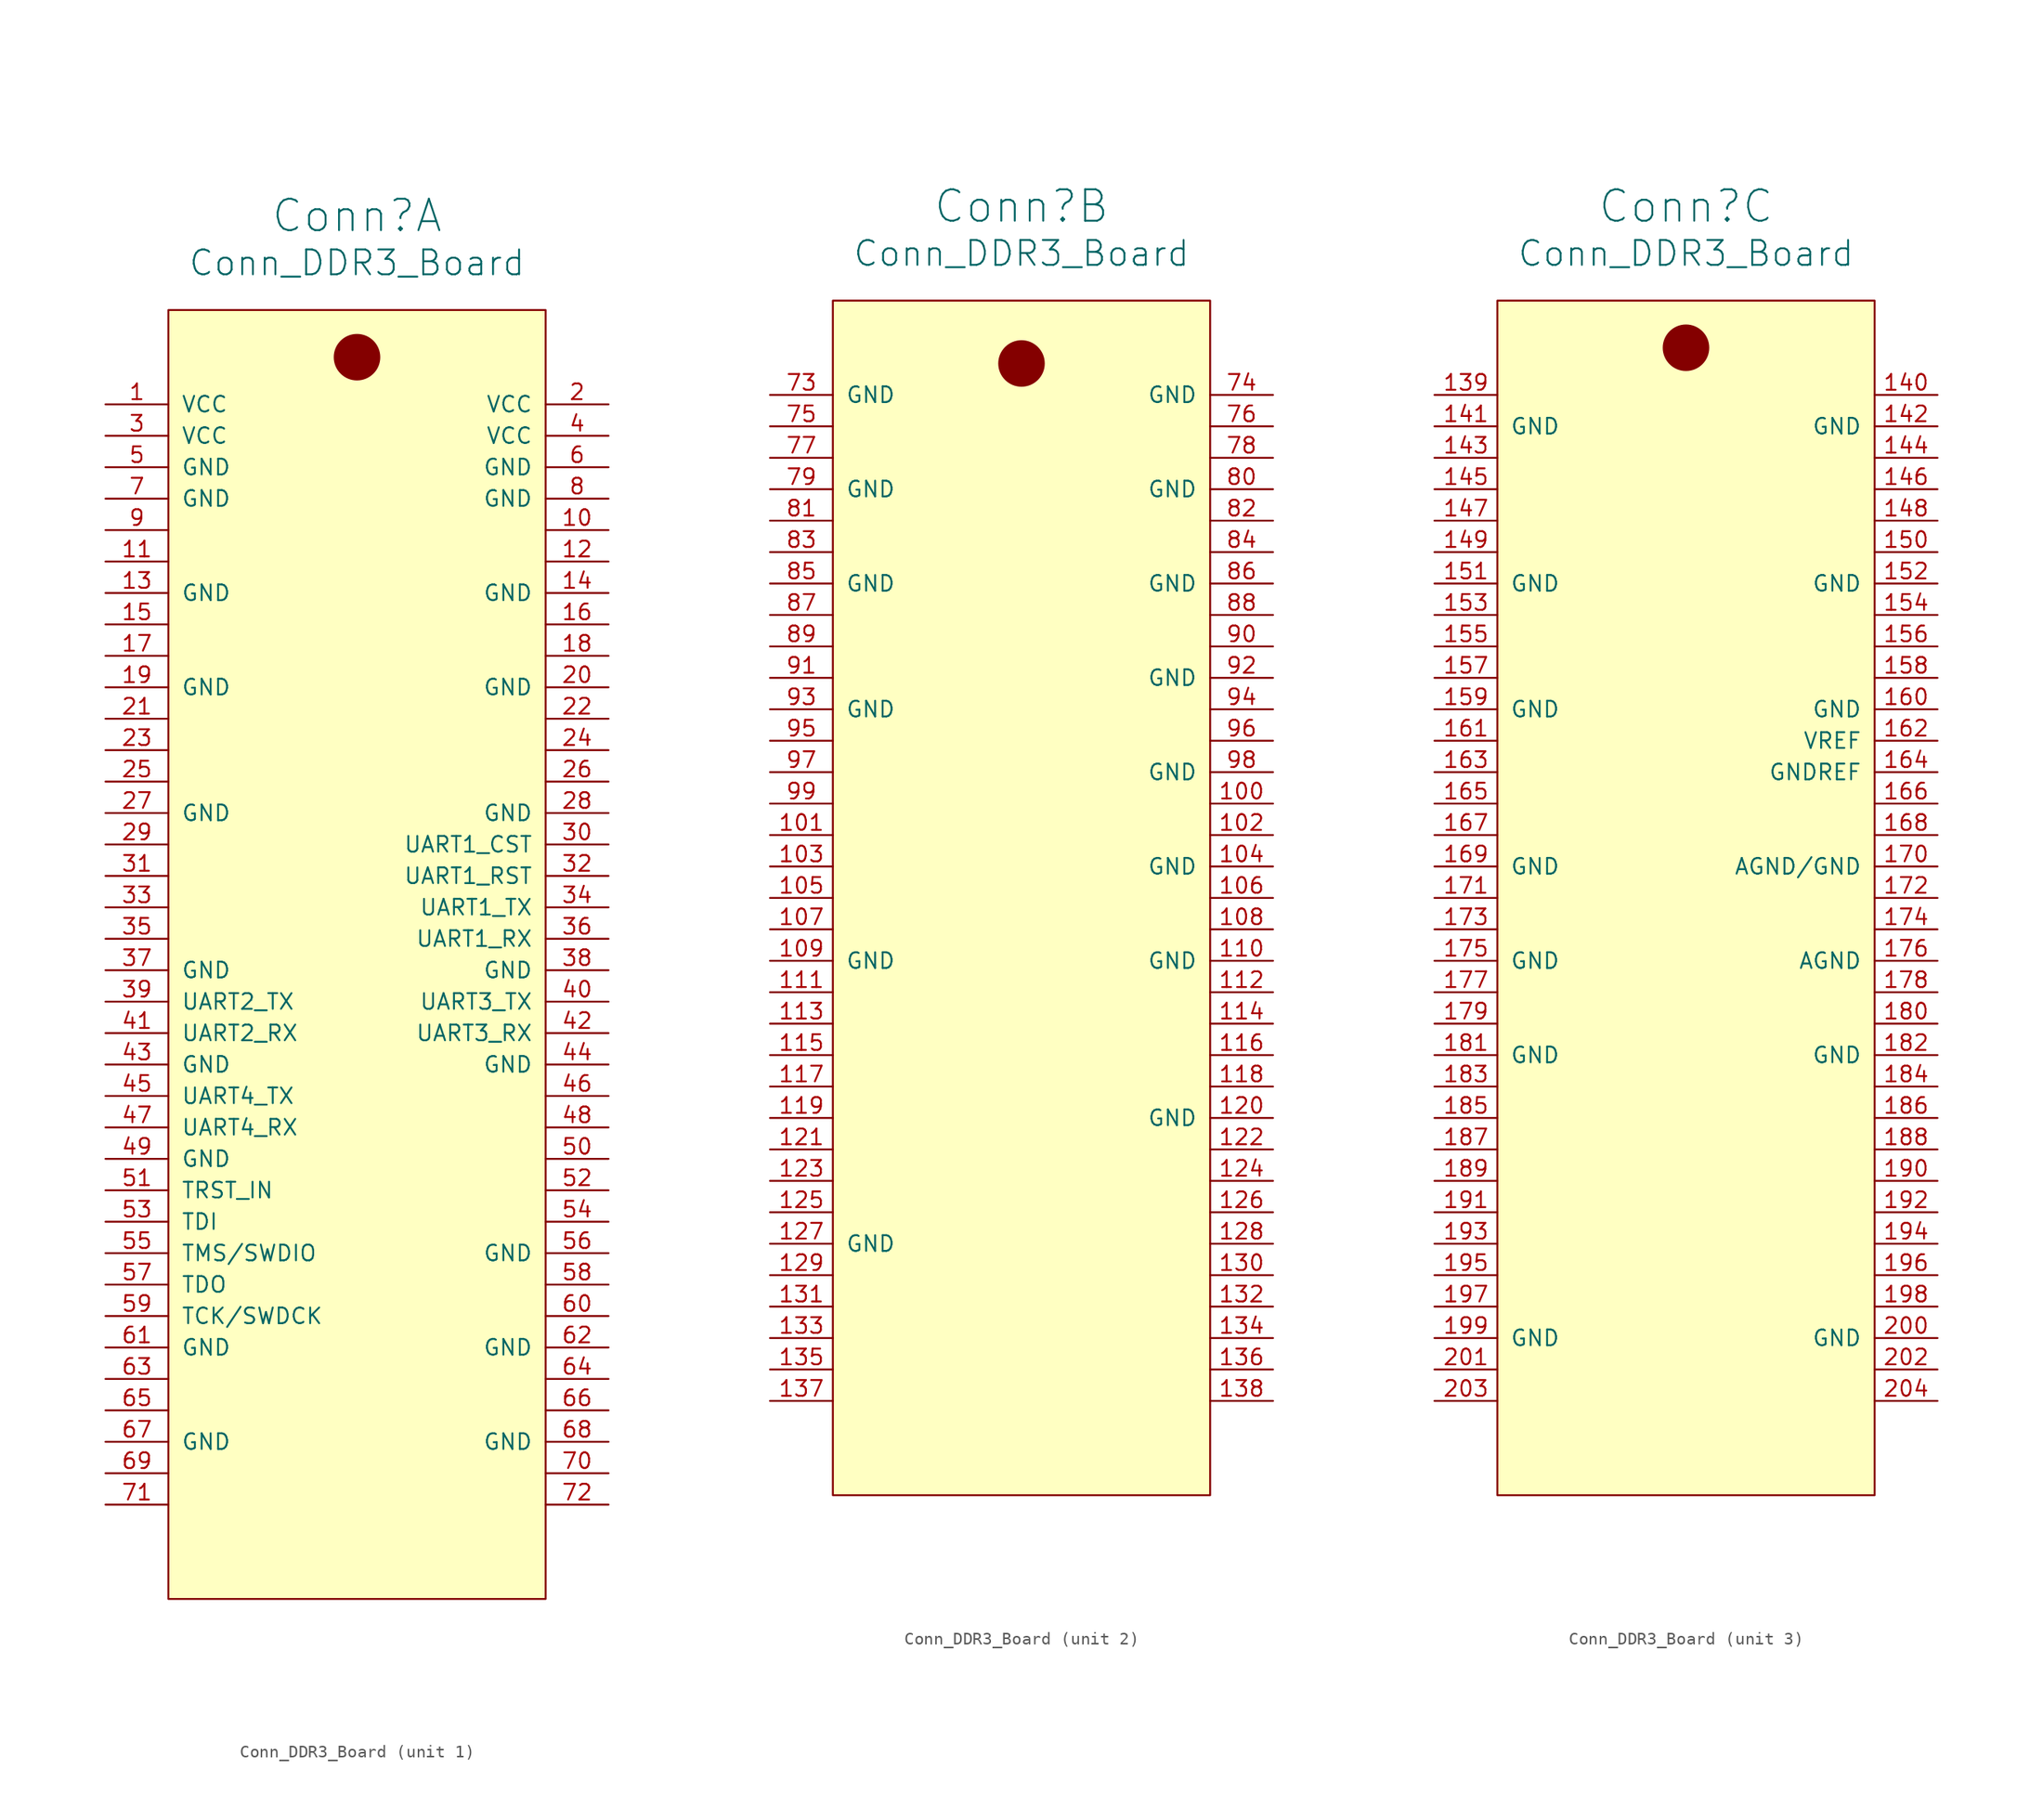
<source format=kicad_sym>
(kicad_symbol_lib
  (version 20211014)
  (generator kicad_symbol_editor)
  (symbol "Conn_DDR3_Board"
    (pin_names
      (offset 1.016))
    (property "Reference" "Conn"
      (at 0 0 0)
      (effects (font (size 2.54 2.54))))
    (property "Value" "Conn_DDR3_Board"
      (at 0 -3.81 0)
      (effects (font (size 2.007 2.007))))
    (property "ki_locked" ""
      (at 0 0 0)
      (effects (font (size 1.27 1.27))))
    (symbol "Conn_DDR3_Board_1_1"
      (rectangle (start -15.24 -7.62) (end 15.24 -111.76) (stroke (width 0) (type default) (color 0 0 0 0)) (fill (type background)))
      (circle (center 0 -11.43) (radius 1.803) (stroke (width 0) (type default) (color 0 0 0 0)) (fill (type outline)))
      (pin input line (at -20.32 -15.24 0) (length 5.08) (name "VCC" (effects (font (size 1.27 1.27)))) (number "1" (effects (font (size 1.27 1.27)))))
      (pin input line (at 20.32 -25.4 180) (length 5.08) (name "~" (effects (font (size 1.27 1.27)))) (number "10" (effects (font (size 1.27 1.27)))))
      (pin input line (at -20.32 -27.94 0) (length 5.08) (name "~" (effects (font (size 1.27 1.27)))) (number "11" (effects (font (size 1.27 1.27)))))
      (pin input line (at 20.32 -27.94 180) (length 5.08) (name "~" (effects (font (size 1.27 1.27)))) (number "12" (effects (font (size 1.27 1.27)))))
      (pin input line (at -20.32 -30.48 0) (length 5.08) (name "GND" (effects (font (size 1.27 1.27)))) (number "13" (effects (font (size 1.27 1.27)))))
      (pin input line (at 20.32 -30.48 180) (length 5.08) (name "GND" (effects (font (size 1.27 1.27)))) (number "14" (effects (font (size 1.27 1.27)))))
      (pin input line (at -20.32 -33.02 0) (length 5.08) (name "~" (effects (font (size 1.27 1.27)))) (number "15" (effects (font (size 1.27 1.27)))))
      (pin input line (at 20.32 -33.02 180) (length 5.08) (name "~" (effects (font (size 1.27 1.27)))) (number "16" (effects (font (size 1.27 1.27)))))
      (pin input line (at -20.32 -35.56 0) (length 5.08) (name "~" (effects (font (size 1.27 1.27)))) (number "17" (effects (font (size 1.27 1.27)))))
      (pin input line (at 20.32 -35.56 180) (length 5.08) (name "~" (effects (font (size 1.27 1.27)))) (number "18" (effects (font (size 1.27 1.27)))))
      (pin input line (at -20.32 -38.1 0) (length 5.08) (name "GND" (effects (font (size 1.27 1.27)))) (number "19" (effects (font (size 1.27 1.27)))))
      (pin input line (at 20.32 -15.24 180) (length 5.08) (name "VCC" (effects (font (size 1.27 1.27)))) (number "2" (effects (font (size 1.27 1.27)))))
      (pin input line (at 20.32 -38.1 180) (length 5.08) (name "GND" (effects (font (size 1.27 1.27)))) (number "20" (effects (font (size 1.27 1.27)))))
      (pin input line (at -20.32 -40.64 0) (length 5.08) (name "~" (effects (font (size 1.27 1.27)))) (number "21" (effects (font (size 1.27 1.27)))))
      (pin input line (at 20.32 -40.64 180) (length 5.08) (name "~" (effects (font (size 1.27 1.27)))) (number "22" (effects (font (size 1.27 1.27)))))
      (pin input line (at -20.32 -43.18 0) (length 5.08) (name "~" (effects (font (size 1.27 1.27)))) (number "23" (effects (font (size 1.27 1.27)))))
      (pin input line (at 20.32 -43.18 180) (length 5.08) (name "~" (effects (font (size 1.27 1.27)))) (number "24" (effects (font (size 1.27 1.27)))))
      (pin input line (at -20.32 -45.72 0) (length 5.08) (name "~" (effects (font (size 1.27 1.27)))) (number "25" (effects (font (size 1.27 1.27)))))
      (pin input line (at 20.32 -45.72 180) (length 5.08) (name "~" (effects (font (size 1.27 1.27)))) (number "26" (effects (font (size 1.27 1.27)))))
      (pin input line (at -20.32 -48.26 0) (length 5.08) (name "GND" (effects (font (size 1.27 1.27)))) (number "27" (effects (font (size 1.27 1.27)))))
      (pin input line (at 20.32 -48.26 180) (length 5.08) (name "GND" (effects (font (size 1.27 1.27)))) (number "28" (effects (font (size 1.27 1.27)))))
      (pin input line (at -20.32 -50.8 0) (length 5.08) (name "~" (effects (font (size 1.27 1.27)))) (number "29" (effects (font (size 1.27 1.27)))))
      (pin input line (at -20.32 -17.78 0) (length 5.08) (name "VCC" (effects (font (size 1.27 1.27)))) (number "3" (effects (font (size 1.27 1.27)))))
      (pin input line (at 20.32 -50.8 180) (length 5.08) (name "UART1_CST" (effects (font (size 1.27 1.27)))) (number "30" (effects (font (size 1.27 1.27)))))
      (pin input line (at -20.32 -53.34 0) (length 5.08) (name "~" (effects (font (size 1.27 1.27)))) (number "31" (effects (font (size 1.27 1.27)))))
      (pin input line (at 20.32 -53.34 180) (length 5.08) (name "UART1_RST" (effects (font (size 1.27 1.27)))) (number "32" (effects (font (size 1.27 1.27)))))
      (pin input line (at -20.32 -55.88 0) (length 5.08) (name "~" (effects (font (size 1.27 1.27)))) (number "33" (effects (font (size 1.27 1.27)))))
      (pin input line (at 20.32 -55.88 180) (length 5.08) (name "UART1_TX" (effects (font (size 1.27 1.27)))) (number "34" (effects (font (size 1.27 1.27)))))
      (pin input line (at -20.32 -58.42 0) (length 5.08) (name "~" (effects (font (size 1.27 1.27)))) (number "35" (effects (font (size 1.27 1.27)))))
      (pin input line (at 20.32 -58.42 180) (length 5.08) (name "UART1_RX" (effects (font (size 1.27 1.27)))) (number "36" (effects (font (size 1.27 1.27)))))
      (pin input line (at -20.32 -60.96 0) (length 5.08) (name "GND" (effects (font (size 1.27 1.27)))) (number "37" (effects (font (size 1.27 1.27)))))
      (pin input line (at 20.32 -60.96 180) (length 5.08) (name "GND" (effects (font (size 1.27 1.27)))) (number "38" (effects (font (size 1.27 1.27)))))
      (pin output line (at -20.32 -63.5 0) (length 5.08) (name "UART2_TX" (effects (font (size 1.27 1.27)))) (number "39" (effects (font (size 1.27 1.27)))))
      (pin input line (at 20.32 -17.78 180) (length 5.08) (name "VCC" (effects (font (size 1.27 1.27)))) (number "4" (effects (font (size 1.27 1.27)))))
      (pin input line (at 20.32 -63.5 180) (length 5.08) (name "UART3_TX" (effects (font (size 1.27 1.27)))) (number "40" (effects (font (size 1.27 1.27)))))
      (pin input line (at -20.32 -66.04 0) (length 5.08) (name "UART2_RX" (effects (font (size 1.27 1.27)))) (number "41" (effects (font (size 1.27 1.27)))))
      (pin input line (at 20.32 -66.04 180) (length 5.08) (name "UART3_RX" (effects (font (size 1.27 1.27)))) (number "42" (effects (font (size 1.27 1.27)))))
      (pin input line (at -20.32 -68.58 0) (length 5.08) (name "GND" (effects (font (size 1.27 1.27)))) (number "43" (effects (font (size 1.27 1.27)))))
      (pin input line (at 20.32 -68.58 180) (length 5.08) (name "GND" (effects (font (size 1.27 1.27)))) (number "44" (effects (font (size 1.27 1.27)))))
      (pin input line (at -20.32 -71.12 0) (length 5.08) (name "UART4_TX" (effects (font (size 1.27 1.27)))) (number "45" (effects (font (size 1.27 1.27)))))
      (pin input line (at 20.32 -71.12 180) (length 5.08) (name "~" (effects (font (size 1.27 1.27)))) (number "46" (effects (font (size 1.27 1.27)))))
      (pin input line (at -20.32 -73.66 0) (length 5.08) (name "UART4_RX" (effects (font (size 1.27 1.27)))) (number "47" (effects (font (size 1.27 1.27)))))
      (pin input line (at 20.32 -73.66 180) (length 5.08) (name "~" (effects (font (size 1.27 1.27)))) (number "48" (effects (font (size 1.27 1.27)))))
      (pin input line (at -20.32 -76.2 0) (length 5.08) (name "GND" (effects (font (size 1.27 1.27)))) (number "49" (effects (font (size 1.27 1.27)))))
      (pin input line (at -20.32 -20.32 0) (length 5.08) (name "GND" (effects (font (size 1.27 1.27)))) (number "5" (effects (font (size 1.27 1.27)))))
      (pin input line (at 20.32 -76.2 180) (length 5.08) (name "~" (effects (font (size 1.27 1.27)))) (number "50" (effects (font (size 1.27 1.27)))))
      (pin input line (at -20.32 -78.74 0) (length 5.08) (name "TRST_IN" (effects (font (size 1.27 1.27)))) (number "51" (effects (font (size 1.27 1.27)))))
      (pin input line (at 20.32 -78.74 180) (length 5.08) (name "~" (effects (font (size 1.27 1.27)))) (number "52" (effects (font (size 1.27 1.27)))))
      (pin input line (at -20.32 -81.28 0) (length 5.08) (name "TDI" (effects (font (size 1.27 1.27)))) (number "53" (effects (font (size 1.27 1.27)))))
      (pin input line (at 20.32 -81.28 180) (length 5.08) (name "~" (effects (font (size 1.27 1.27)))) (number "54" (effects (font (size 1.27 1.27)))))
      (pin input line (at -20.32 -83.82 0) (length 5.08) (name "TMS/SWDIO" (effects (font (size 1.27 1.27)))) (number "55" (effects (font (size 1.27 1.27)))))
      (pin input line (at 20.32 -83.82 180) (length 5.08) (name "GND" (effects (font (size 1.27 1.27)))) (number "56" (effects (font (size 1.27 1.27)))))
      (pin input line (at -20.32 -86.36 0) (length 5.08) (name "TDO" (effects (font (size 1.27 1.27)))) (number "57" (effects (font (size 1.27 1.27)))))
      (pin input line (at 20.32 -86.36 180) (length 5.08) (name "~" (effects (font (size 1.27 1.27)))) (number "58" (effects (font (size 1.27 1.27)))))
      (pin input line (at -20.32 -88.9 0) (length 5.08) (name "TCK/SWDCK" (effects (font (size 1.27 1.27)))) (number "59" (effects (font (size 1.27 1.27)))))
      (pin input line (at 20.32 -20.32 180) (length 5.08) (name "GND" (effects (font (size 1.27 1.27)))) (number "6" (effects (font (size 1.27 1.27)))))
      (pin input line (at 20.32 -88.9 180) (length 5.08) (name "~" (effects (font (size 1.27 1.27)))) (number "60" (effects (font (size 1.27 1.27)))))
      (pin input line (at -20.32 -91.44 0) (length 5.08) (name "GND" (effects (font (size 1.27 1.27)))) (number "61" (effects (font (size 1.27 1.27)))))
      (pin input line (at 20.32 -91.44 180) (length 5.08) (name "GND" (effects (font (size 1.27 1.27)))) (number "62" (effects (font (size 1.27 1.27)))))
      (pin input line (at -20.32 -93.98 0) (length 5.08) (name "~" (effects (font (size 1.27 1.27)))) (number "63" (effects (font (size 1.27 1.27)))))
      (pin input line (at 20.32 -93.98 180) (length 5.08) (name "~" (effects (font (size 1.27 1.27)))) (number "64" (effects (font (size 1.27 1.27)))))
      (pin input line (at -20.32 -96.52 0) (length 5.08) (name "~" (effects (font (size 1.27 1.27)))) (number "65" (effects (font (size 1.27 1.27)))))
      (pin input line (at 20.32 -96.52 180) (length 5.08) (name "~" (effects (font (size 1.27 1.27)))) (number "66" (effects (font (size 1.27 1.27)))))
      (pin input line (at -20.32 -99.06 0) (length 5.08) (name "GND" (effects (font (size 1.27 1.27)))) (number "67" (effects (font (size 1.27 1.27)))))
      (pin input line (at 20.32 -99.06 180) (length 5.08) (name "GND" (effects (font (size 1.27 1.27)))) (number "68" (effects (font (size 1.27 1.27)))))
      (pin input line (at -20.32 -101.6 0) (length 5.08) (name "~" (effects (font (size 1.27 1.27)))) (number "69" (effects (font (size 1.27 1.27)))))
      (pin input line (at -20.32 -22.86 0) (length 5.08) (name "GND" (effects (font (size 1.27 1.27)))) (number "7" (effects (font (size 1.27 1.27)))))
      (pin input line (at 20.32 -101.6 180) (length 5.08) (name "~" (effects (font (size 1.27 1.27)))) (number "70" (effects (font (size 1.27 1.27)))))
      (pin input line (at -20.32 -104.14 0) (length 5.08) (name "~" (effects (font (size 1.27 1.27)))) (number "71" (effects (font (size 1.27 1.27)))))
      (pin input line (at 20.32 -104.14 180) (length 5.08) (name "~" (effects (font (size 1.27 1.27)))) (number "72" (effects (font (size 1.27 1.27)))))
      (pin input line (at 20.32 -22.86 180) (length 5.08) (name "GND" (effects (font (size 1.27 1.27)))) (number "8" (effects (font (size 1.27 1.27)))))
      (pin input line (at -20.32 -25.4 0) (length 5.08) (name "~" (effects (font (size 1.27 1.27)))) (number "9" (effects (font (size 1.27 1.27))))))
    (symbol "Conn_DDR3_Board_2_1"
      (rectangle (start -15.24 -7.62) (end 15.24 -104.14) (stroke (width 0) (type default) (color 0 0 0 0)) (fill (type background)))
      (circle (center 0 -12.7) (radius 1.803) (stroke (width 0) (type default) (color 0 0 0 0)) (fill (type outline)))
      (pin input line (at 20.32 -48.26 180) (length 5.08) (name "~" (effects (font (size 1.27 1.27)))) (number "100" (effects (font (size 1.27 1.27)))))
      (pin input line (at -20.32 -50.8 0) (length 5.08) (name "~" (effects (font (size 1.27 1.27)))) (number "101" (effects (font (size 1.27 1.27)))))
      (pin input line (at 20.32 -50.8 180) (length 5.08) (name "~" (effects (font (size 1.27 1.27)))) (number "102" (effects (font (size 1.27 1.27)))))
      (pin input line (at -20.32 -53.34 0) (length 5.08) (name "~" (effects (font (size 1.27 1.27)))) (number "103" (effects (font (size 1.27 1.27)))))
      (pin input line (at 20.32 -53.34 180) (length 5.08) (name "GND" (effects (font (size 1.27 1.27)))) (number "104" (effects (font (size 1.27 1.27)))))
      (pin input line (at -20.32 -55.88 0) (length 5.08) (name "~" (effects (font (size 1.27 1.27)))) (number "105" (effects (font (size 1.27 1.27)))))
      (pin input line (at 20.32 -55.88 180) (length 5.08) (name "~" (effects (font (size 1.27 1.27)))) (number "106" (effects (font (size 1.27 1.27)))))
      (pin input line (at -20.32 -58.42 0) (length 5.08) (name "~" (effects (font (size 1.27 1.27)))) (number "107" (effects (font (size 1.27 1.27)))))
      (pin input line (at 20.32 -58.42 180) (length 5.08) (name "~" (effects (font (size 1.27 1.27)))) (number "108" (effects (font (size 1.27 1.27)))))
      (pin input line (at -20.32 -60.96 0) (length 5.08) (name "GND" (effects (font (size 1.27 1.27)))) (number "109" (effects (font (size 1.27 1.27)))))
      (pin input line (at 20.32 -60.96 180) (length 5.08) (name "GND" (effects (font (size 1.27 1.27)))) (number "110" (effects (font (size 1.27 1.27)))))
      (pin input line (at -20.32 -63.5 0) (length 5.08) (name "~" (effects (font (size 1.27 1.27)))) (number "111" (effects (font (size 1.27 1.27)))))
      (pin input line (at 20.32 -63.5 180) (length 5.08) (name "~" (effects (font (size 1.27 1.27)))) (number "112" (effects (font (size 1.27 1.27)))))
      (pin input line (at -20.32 -66.04 0) (length 5.08) (name "~" (effects (font (size 1.27 1.27)))) (number "113" (effects (font (size 1.27 1.27)))))
      (pin input line (at 20.32 -66.04 180) (length 5.08) (name "~" (effects (font (size 1.27 1.27)))) (number "114" (effects (font (size 1.27 1.27)))))
      (pin input line (at -20.32 -68.58 0) (length 5.08) (name "~" (effects (font (size 1.27 1.27)))) (number "115" (effects (font (size 1.27 1.27)))))
      (pin input line (at 20.32 -68.58 180) (length 5.08) (name "~" (effects (font (size 1.27 1.27)))) (number "116" (effects (font (size 1.27 1.27)))))
      (pin input line (at -20.32 -71.12 0) (length 5.08) (name "~" (effects (font (size 1.27 1.27)))) (number "117" (effects (font (size 1.27 1.27)))))
      (pin input line (at 20.32 -71.12 180) (length 5.08) (name "~" (effects (font (size 1.27 1.27)))) (number "118" (effects (font (size 1.27 1.27)))))
      (pin input line (at -20.32 -73.66 0) (length 5.08) (name "~" (effects (font (size 1.27 1.27)))) (number "119" (effects (font (size 1.27 1.27)))))
      (pin input line (at 20.32 -73.66 180) (length 5.08) (name "GND" (effects (font (size 1.27 1.27)))) (number "120" (effects (font (size 1.27 1.27)))))
      (pin input line (at -20.32 -76.2 0) (length 5.08) (name "~" (effects (font (size 1.27 1.27)))) (number "121" (effects (font (size 1.27 1.27)))))
      (pin input line (at 20.32 -76.2 180) (length 5.08) (name "~" (effects (font (size 1.27 1.27)))) (number "122" (effects (font (size 1.27 1.27)))))
      (pin input line (at -20.32 -78.74 0) (length 5.08) (name "~" (effects (font (size 1.27 1.27)))) (number "123" (effects (font (size 1.27 1.27)))))
      (pin input line (at 20.32 -78.74 180) (length 5.08) (name "~" (effects (font (size 1.27 1.27)))) (number "124" (effects (font (size 1.27 1.27)))))
      (pin input line (at -20.32 -81.28 0) (length 5.08) (name "~" (effects (font (size 1.27 1.27)))) (number "125" (effects (font (size 1.27 1.27)))))
      (pin input line (at 20.32 -81.28 180) (length 5.08) (name "~" (effects (font (size 1.27 1.27)))) (number "126" (effects (font (size 1.27 1.27)))))
      (pin input line (at -20.32 -83.82 0) (length 5.08) (name "GND" (effects (font (size 1.27 1.27)))) (number "127" (effects (font (size 1.27 1.27)))))
      (pin input line (at 20.32 -83.82 180) (length 5.08) (name "~" (effects (font (size 1.27 1.27)))) (number "128" (effects (font (size 1.27 1.27)))))
      (pin input line (at -20.32 -86.36 0) (length 5.08) (name "~" (effects (font (size 1.27 1.27)))) (number "129" (effects (font (size 1.27 1.27)))))
      (pin input line (at 20.32 -86.36 180) (length 5.08) (name "~" (effects (font (size 1.27 1.27)))) (number "130" (effects (font (size 1.27 1.27)))))
      (pin input line (at -20.32 -88.9 0) (length 5.08) (name "~" (effects (font (size 1.27 1.27)))) (number "131" (effects (font (size 1.27 1.27)))))
      (pin input line (at 20.32 -88.9 180) (length 5.08) (name "~" (effects (font (size 1.27 1.27)))) (number "132" (effects (font (size 1.27 1.27)))))
      (pin input line (at -20.32 -91.44 0) (length 5.08) (name "~" (effects (font (size 1.27 1.27)))) (number "133" (effects (font (size 1.27 1.27)))))
      (pin input line (at 20.32 -91.44 180) (length 5.08) (name "~" (effects (font (size 1.27 1.27)))) (number "134" (effects (font (size 1.27 1.27)))))
      (pin input line (at -20.32 -93.98 0) (length 5.08) (name "~" (effects (font (size 1.27 1.27)))) (number "135" (effects (font (size 1.27 1.27)))))
      (pin input line (at 20.32 -93.98 180) (length 5.08) (name "~" (effects (font (size 1.27 1.27)))) (number "136" (effects (font (size 1.27 1.27)))))
      (pin input line (at -20.32 -96.52 0) (length 5.08) (name "~" (effects (font (size 1.27 1.27)))) (number "137" (effects (font (size 1.27 1.27)))))
      (pin input line (at 20.32 -96.52 180) (length 5.08) (name "~" (effects (font (size 1.27 1.27)))) (number "138" (effects (font (size 1.27 1.27)))))
      (pin input line (at -20.32 -15.24 0) (length 5.08) (name "GND" (effects (font (size 1.27 1.27)))) (number "73" (effects (font (size 1.27 1.27)))))
      (pin input line (at 20.32 -15.24 180) (length 5.08) (name "GND" (effects (font (size 1.27 1.27)))) (number "74" (effects (font (size 1.27 1.27)))))
      (pin input line (at -20.32 -17.78 0) (length 5.08) (name "~" (effects (font (size 1.27 1.27)))) (number "75" (effects (font (size 1.27 1.27)))))
      (pin input line (at 20.32 -17.78 180) (length 5.08) (name "~" (effects (font (size 1.27 1.27)))) (number "76" (effects (font (size 1.27 1.27)))))
      (pin input line (at -20.32 -20.32 0) (length 5.08) (name "~" (effects (font (size 1.27 1.27)))) (number "77" (effects (font (size 1.27 1.27)))))
      (pin input line (at 20.32 -20.32 180) (length 5.08) (name "~" (effects (font (size 1.27 1.27)))) (number "78" (effects (font (size 1.27 1.27)))))
      (pin input line (at -20.32 -22.86 0) (length 5.08) (name "GND" (effects (font (size 1.27 1.27)))) (number "79" (effects (font (size 1.27 1.27)))))
      (pin input line (at 20.32 -22.86 180) (length 5.08) (name "GND" (effects (font (size 1.27 1.27)))) (number "80" (effects (font (size 1.27 1.27)))))
      (pin input line (at -20.32 -25.4 0) (length 5.08) (name "~" (effects (font (size 1.27 1.27)))) (number "81" (effects (font (size 1.27 1.27)))))
      (pin input line (at 20.32 -25.4 180) (length 5.08) (name "~" (effects (font (size 1.27 1.27)))) (number "82" (effects (font (size 1.27 1.27)))))
      (pin input line (at -20.32 -27.94 0) (length 5.08) (name "~" (effects (font (size 1.27 1.27)))) (number "83" (effects (font (size 1.27 1.27)))))
      (pin input line (at 20.32 -27.94 180) (length 5.08) (name "~" (effects (font (size 1.27 1.27)))) (number "84" (effects (font (size 1.27 1.27)))))
      (pin input line (at -20.32 -30.48 0) (length 5.08) (name "GND" (effects (font (size 1.27 1.27)))) (number "85" (effects (font (size 1.27 1.27)))))
      (pin input line (at 20.32 -30.48 180) (length 5.08) (name "GND" (effects (font (size 1.27 1.27)))) (number "86" (effects (font (size 1.27 1.27)))))
      (pin input line (at -20.32 -33.02 0) (length 5.08) (name "~" (effects (font (size 1.27 1.27)))) (number "87" (effects (font (size 1.27 1.27)))))
      (pin input line (at 20.32 -33.02 180) (length 5.08) (name "~" (effects (font (size 1.27 1.27)))) (number "88" (effects (font (size 1.27 1.27)))))
      (pin input line (at -20.32 -35.56 0) (length 5.08) (name "~" (effects (font (size 1.27 1.27)))) (number "89" (effects (font (size 1.27 1.27)))))
      (pin input line (at 20.32 -35.56 180) (length 5.08) (name "~" (effects (font (size 1.27 1.27)))) (number "90" (effects (font (size 1.27 1.27)))))
      (pin input line (at -20.32 -38.1 0) (length 5.08) (name "~" (effects (font (size 1.27 1.27)))) (number "91" (effects (font (size 1.27 1.27)))))
      (pin input line (at 20.32 -38.1 180) (length 5.08) (name "GND" (effects (font (size 1.27 1.27)))) (number "92" (effects (font (size 1.27 1.27)))))
      (pin input line (at -20.32 -40.64 0) (length 5.08) (name "GND" (effects (font (size 1.27 1.27)))) (number "93" (effects (font (size 1.27 1.27)))))
      (pin input line (at 20.32 -40.64 180) (length 5.08) (name "~" (effects (font (size 1.27 1.27)))) (number "94" (effects (font (size 1.27 1.27)))))
      (pin input line (at -20.32 -43.18 0) (length 5.08) (name "~" (effects (font (size 1.27 1.27)))) (number "95" (effects (font (size 1.27 1.27)))))
      (pin input line (at 20.32 -43.18 180) (length 5.08) (name "~" (effects (font (size 1.27 1.27)))) (number "96" (effects (font (size 1.27 1.27)))))
      (pin input line (at -20.32 -45.72 0) (length 5.08) (name "~" (effects (font (size 1.27 1.27)))) (number "97" (effects (font (size 1.27 1.27)))))
      (pin input line (at 20.32 -45.72 180) (length 5.08) (name "GND" (effects (font (size 1.27 1.27)))) (number "98" (effects (font (size 1.27 1.27)))))
      (pin input line (at -20.32 -48.26 0) (length 5.08) (name "~" (effects (font (size 1.27 1.27)))) (number "99" (effects (font (size 1.27 1.27))))))
    (symbol "Conn_DDR3_Board_3_1"
      (rectangle (start -15.24 -7.62) (end 15.24 -104.14) (stroke (width 0) (type default) (color 0 0 0 0)) (fill (type background)))
      (circle (center 0 -11.43) (radius 1.803) (stroke (width 0) (type default) (color 0 0 0 0)) (fill (type outline)))
      (pin input line (at -20.32 -15.24 0) (length 5.08) (name "~" (effects (font (size 1.27 1.27)))) (number "139" (effects (font (size 1.27 1.27)))))
      (pin input line (at 20.32 -15.24 180) (length 5.08) (name "~" (effects (font (size 1.27 1.27)))) (number "140" (effects (font (size 1.27 1.27)))))
      (pin input line (at -20.32 -17.78 0) (length 5.08) (name "GND" (effects (font (size 1.27 1.27)))) (number "141" (effects (font (size 1.27 1.27)))))
      (pin input line (at 20.32 -17.78 180) (length 5.08) (name "GND" (effects (font (size 1.27 1.27)))) (number "142" (effects (font (size 1.27 1.27)))))
      (pin input line (at -20.32 -20.32 0) (length 5.08) (name "~" (effects (font (size 1.27 1.27)))) (number "143" (effects (font (size 1.27 1.27)))))
      (pin input line (at 20.32 -20.32 180) (length 5.08) (name "~" (effects (font (size 1.27 1.27)))) (number "144" (effects (font (size 1.27 1.27)))))
      (pin input line (at -20.32 -22.86 0) (length 5.08) (name "~" (effects (font (size 1.27 1.27)))) (number "145" (effects (font (size 1.27 1.27)))))
      (pin input line (at 20.32 -22.86 180) (length 5.08) (name "~" (effects (font (size 1.27 1.27)))) (number "146" (effects (font (size 1.27 1.27)))))
      (pin input line (at -20.32 -25.4 0) (length 5.08) (name "~" (effects (font (size 1.27 1.27)))) (number "147" (effects (font (size 1.27 1.27)))))
      (pin input line (at 20.32 -25.4 180) (length 5.08) (name "~" (effects (font (size 1.27 1.27)))) (number "148" (effects (font (size 1.27 1.27)))))
      (pin input line (at -20.32 -27.94 0) (length 5.08) (name "~" (effects (font (size 1.27 1.27)))) (number "149" (effects (font (size 1.27 1.27)))))
      (pin input line (at 20.32 -27.94 180) (length 5.08) (name "~" (effects (font (size 1.27 1.27)))) (number "150" (effects (font (size 1.27 1.27)))))
      (pin input line (at -20.32 -30.48 0) (length 5.08) (name "GND" (effects (font (size 1.27 1.27)))) (number "151" (effects (font (size 1.27 1.27)))))
      (pin input line (at 20.32 -30.48 180) (length 5.08) (name "GND" (effects (font (size 1.27 1.27)))) (number "152" (effects (font (size 1.27 1.27)))))
      (pin input line (at -20.32 -33.02 0) (length 5.08) (name "~" (effects (font (size 1.27 1.27)))) (number "153" (effects (font (size 1.27 1.27)))))
      (pin input line (at 20.32 -33.02 180) (length 5.08) (name "~" (effects (font (size 1.27 1.27)))) (number "154" (effects (font (size 1.27 1.27)))))
      (pin input line (at -20.32 -35.56 0) (length 5.08) (name "~" (effects (font (size 1.27 1.27)))) (number "155" (effects (font (size 1.27 1.27)))))
      (pin input line (at 20.32 -35.56 180) (length 5.08) (name "~" (effects (font (size 1.27 1.27)))) (number "156" (effects (font (size 1.27 1.27)))))
      (pin input line (at -20.32 -38.1 0) (length 5.08) (name "~" (effects (font (size 1.27 1.27)))) (number "157" (effects (font (size 1.27 1.27)))))
      (pin input line (at 20.32 -38.1 180) (length 5.08) (name "~" (effects (font (size 1.27 1.27)))) (number "158" (effects (font (size 1.27 1.27)))))
      (pin input line (at -20.32 -40.64 0) (length 5.08) (name "GND" (effects (font (size 1.27 1.27)))) (number "159" (effects (font (size 1.27 1.27)))))
      (pin input line (at 20.32 -40.64 180) (length 5.08) (name "GND" (effects (font (size 1.27 1.27)))) (number "160" (effects (font (size 1.27 1.27)))))
      (pin input line (at -20.32 -43.18 0) (length 5.08) (name "~" (effects (font (size 1.27 1.27)))) (number "161" (effects (font (size 1.27 1.27)))))
      (pin input line (at 20.32 -43.18 180) (length 5.08) (name "VREF" (effects (font (size 1.27 1.27)))) (number "162" (effects (font (size 1.27 1.27)))))
      (pin input line (at -20.32 -45.72 0) (length 5.08) (name "~" (effects (font (size 1.27 1.27)))) (number "163" (effects (font (size 1.27 1.27)))))
      (pin input line (at 20.32 -45.72 180) (length 5.08) (name "GNDREF" (effects (font (size 1.27 1.27)))) (number "164" (effects (font (size 1.27 1.27)))))
      (pin input line (at -20.32 -48.26 0) (length 5.08) (name "~" (effects (font (size 1.27 1.27)))) (number "165" (effects (font (size 1.27 1.27)))))
      (pin input line (at 20.32 -48.26 180) (length 5.08) (name "~" (effects (font (size 1.27 1.27)))) (number "166" (effects (font (size 1.27 1.27)))))
      (pin input line (at -20.32 -50.8 0) (length 5.08) (name "~" (effects (font (size 1.27 1.27)))) (number "167" (effects (font (size 1.27 1.27)))))
      (pin input line (at 20.32 -50.8 180) (length 5.08) (name "~" (effects (font (size 1.27 1.27)))) (number "168" (effects (font (size 1.27 1.27)))))
      (pin input line (at -20.32 -53.34 0) (length 5.08) (name "GND" (effects (font (size 1.27 1.27)))) (number "169" (effects (font (size 1.27 1.27)))))
      (pin input line (at 20.32 -53.34 180) (length 5.08) (name "AGND/GND" (effects (font (size 1.27 1.27)))) (number "170" (effects (font (size 1.27 1.27)))))
      (pin input line (at -20.32 -55.88 0) (length 5.08) (name "~" (effects (font (size 1.27 1.27)))) (number "171" (effects (font (size 1.27 1.27)))))
      (pin input line (at 20.32 -55.88 180) (length 5.08) (name "~" (effects (font (size 1.27 1.27)))) (number "172" (effects (font (size 1.27 1.27)))))
      (pin input line (at -20.32 -58.42 0) (length 5.08) (name "~" (effects (font (size 1.27 1.27)))) (number "173" (effects (font (size 1.27 1.27)))))
      (pin input line (at 20.32 -58.42 180) (length 5.08) (name "~" (effects (font (size 1.27 1.27)))) (number "174" (effects (font (size 1.27 1.27)))))
      (pin input line (at -20.32 -60.96 0) (length 5.08) (name "GND" (effects (font (size 1.27 1.27)))) (number "175" (effects (font (size 1.27 1.27)))))
      (pin input line (at 20.32 -60.96 180) (length 5.08) (name "AGND" (effects (font (size 1.27 1.27)))) (number "176" (effects (font (size 1.27 1.27)))))
      (pin input line (at -20.32 -63.5 0) (length 5.08) (name "~" (effects (font (size 1.27 1.27)))) (number "177" (effects (font (size 1.27 1.27)))))
      (pin input line (at 20.32 -63.5 180) (length 5.08) (name "~" (effects (font (size 1.27 1.27)))) (number "178" (effects (font (size 1.27 1.27)))))
      (pin input line (at -20.32 -66.04 0) (length 5.08) (name "~" (effects (font (size 1.27 1.27)))) (number "179" (effects (font (size 1.27 1.27)))))
      (pin input line (at 20.32 -66.04 180) (length 5.08) (name "~" (effects (font (size 1.27 1.27)))) (number "180" (effects (font (size 1.27 1.27)))))
      (pin input line (at -20.32 -68.58 0) (length 5.08) (name "GND" (effects (font (size 1.27 1.27)))) (number "181" (effects (font (size 1.27 1.27)))))
      (pin input line (at 20.32 -68.58 180) (length 5.08) (name "GND" (effects (font (size 1.27 1.27)))) (number "182" (effects (font (size 1.27 1.27)))))
      (pin input line (at -20.32 -71.12 0) (length 5.08) (name "~" (effects (font (size 1.27 1.27)))) (number "183" (effects (font (size 1.27 1.27)))))
      (pin input line (at 20.32 -71.12 180) (length 5.08) (name "~" (effects (font (size 1.27 1.27)))) (number "184" (effects (font (size 1.27 1.27)))))
      (pin input line (at -20.32 -73.66 0) (length 5.08) (name "~" (effects (font (size 1.27 1.27)))) (number "185" (effects (font (size 1.27 1.27)))))
      (pin input line (at 20.32 -73.66 180) (length 5.08) (name "~" (effects (font (size 1.27 1.27)))) (number "186" (effects (font (size 1.27 1.27)))))
      (pin input line (at -20.32 -76.2 0) (length 5.08) (name "~" (effects (font (size 1.27 1.27)))) (number "187" (effects (font (size 1.27 1.27)))))
      (pin input line (at 20.32 -76.2 180) (length 5.08) (name "~" (effects (font (size 1.27 1.27)))) (number "188" (effects (font (size 1.27 1.27)))))
      (pin input line (at -20.32 -78.74 0) (length 5.08) (name "~" (effects (font (size 1.27 1.27)))) (number "189" (effects (font (size 1.27 1.27)))))
      (pin input line (at 20.32 -78.74 180) (length 5.08) (name "~" (effects (font (size 1.27 1.27)))) (number "190" (effects (font (size 1.27 1.27)))))
      (pin input line (at -20.32 -81.28 0) (length 5.08) (name "~" (effects (font (size 1.27 1.27)))) (number "191" (effects (font (size 1.27 1.27)))))
      (pin input line (at 20.32 -81.28 180) (length 5.08) (name "~" (effects (font (size 1.27 1.27)))) (number "192" (effects (font (size 1.27 1.27)))))
      (pin input line (at -20.32 -83.82 0) (length 5.08) (name "~" (effects (font (size 1.27 1.27)))) (number "193" (effects (font (size 1.27 1.27)))))
      (pin input line (at 20.32 -83.82 180) (length 5.08) (name "~" (effects (font (size 1.27 1.27)))) (number "194" (effects (font (size 1.27 1.27)))))
      (pin input line (at -20.32 -86.36 0) (length 5.08) (name "~" (effects (font (size 1.27 1.27)))) (number "195" (effects (font (size 1.27 1.27)))))
      (pin input line (at 20.32 -86.36 180) (length 5.08) (name "~" (effects (font (size 1.27 1.27)))) (number "196" (effects (font (size 1.27 1.27)))))
      (pin input line (at -20.32 -88.9 0) (length 5.08) (name "~" (effects (font (size 1.27 1.27)))) (number "197" (effects (font (size 1.27 1.27)))))
      (pin input line (at 20.32 -88.9 180) (length 5.08) (name "~" (effects (font (size 1.27 1.27)))) (number "198" (effects (font (size 1.27 1.27)))))
      (pin input line (at -20.32 -91.44 0) (length 5.08) (name "GND" (effects (font (size 1.27 1.27)))) (number "199" (effects (font (size 1.27 1.27)))))
      (pin input line (at 20.32 -91.44 180) (length 5.08) (name "GND" (effects (font (size 1.27 1.27)))) (number "200" (effects (font (size 1.27 1.27)))))
      (pin input line (at -20.32 -93.98 0) (length 5.08) (name "~" (effects (font (size 1.27 1.27)))) (number "201" (effects (font (size 1.27 1.27)))))
      (pin input line (at 20.32 -93.98 180) (length 5.08) (name "~" (effects (font (size 1.27 1.27)))) (number "202" (effects (font (size 1.27 1.27)))))
      (pin input line (at -20.32 -96.52 0) (length 5.08) (name "~" (effects (font (size 1.27 1.27)))) (number "203" (effects (font (size 1.27 1.27)))))
      (pin input line (at 20.32 -96.52 180) (length 5.08) (name "~" (effects (font (size 1.27 1.27)))) (number "204" (effects (font (size 1.27 1.27))))))))
</source>
